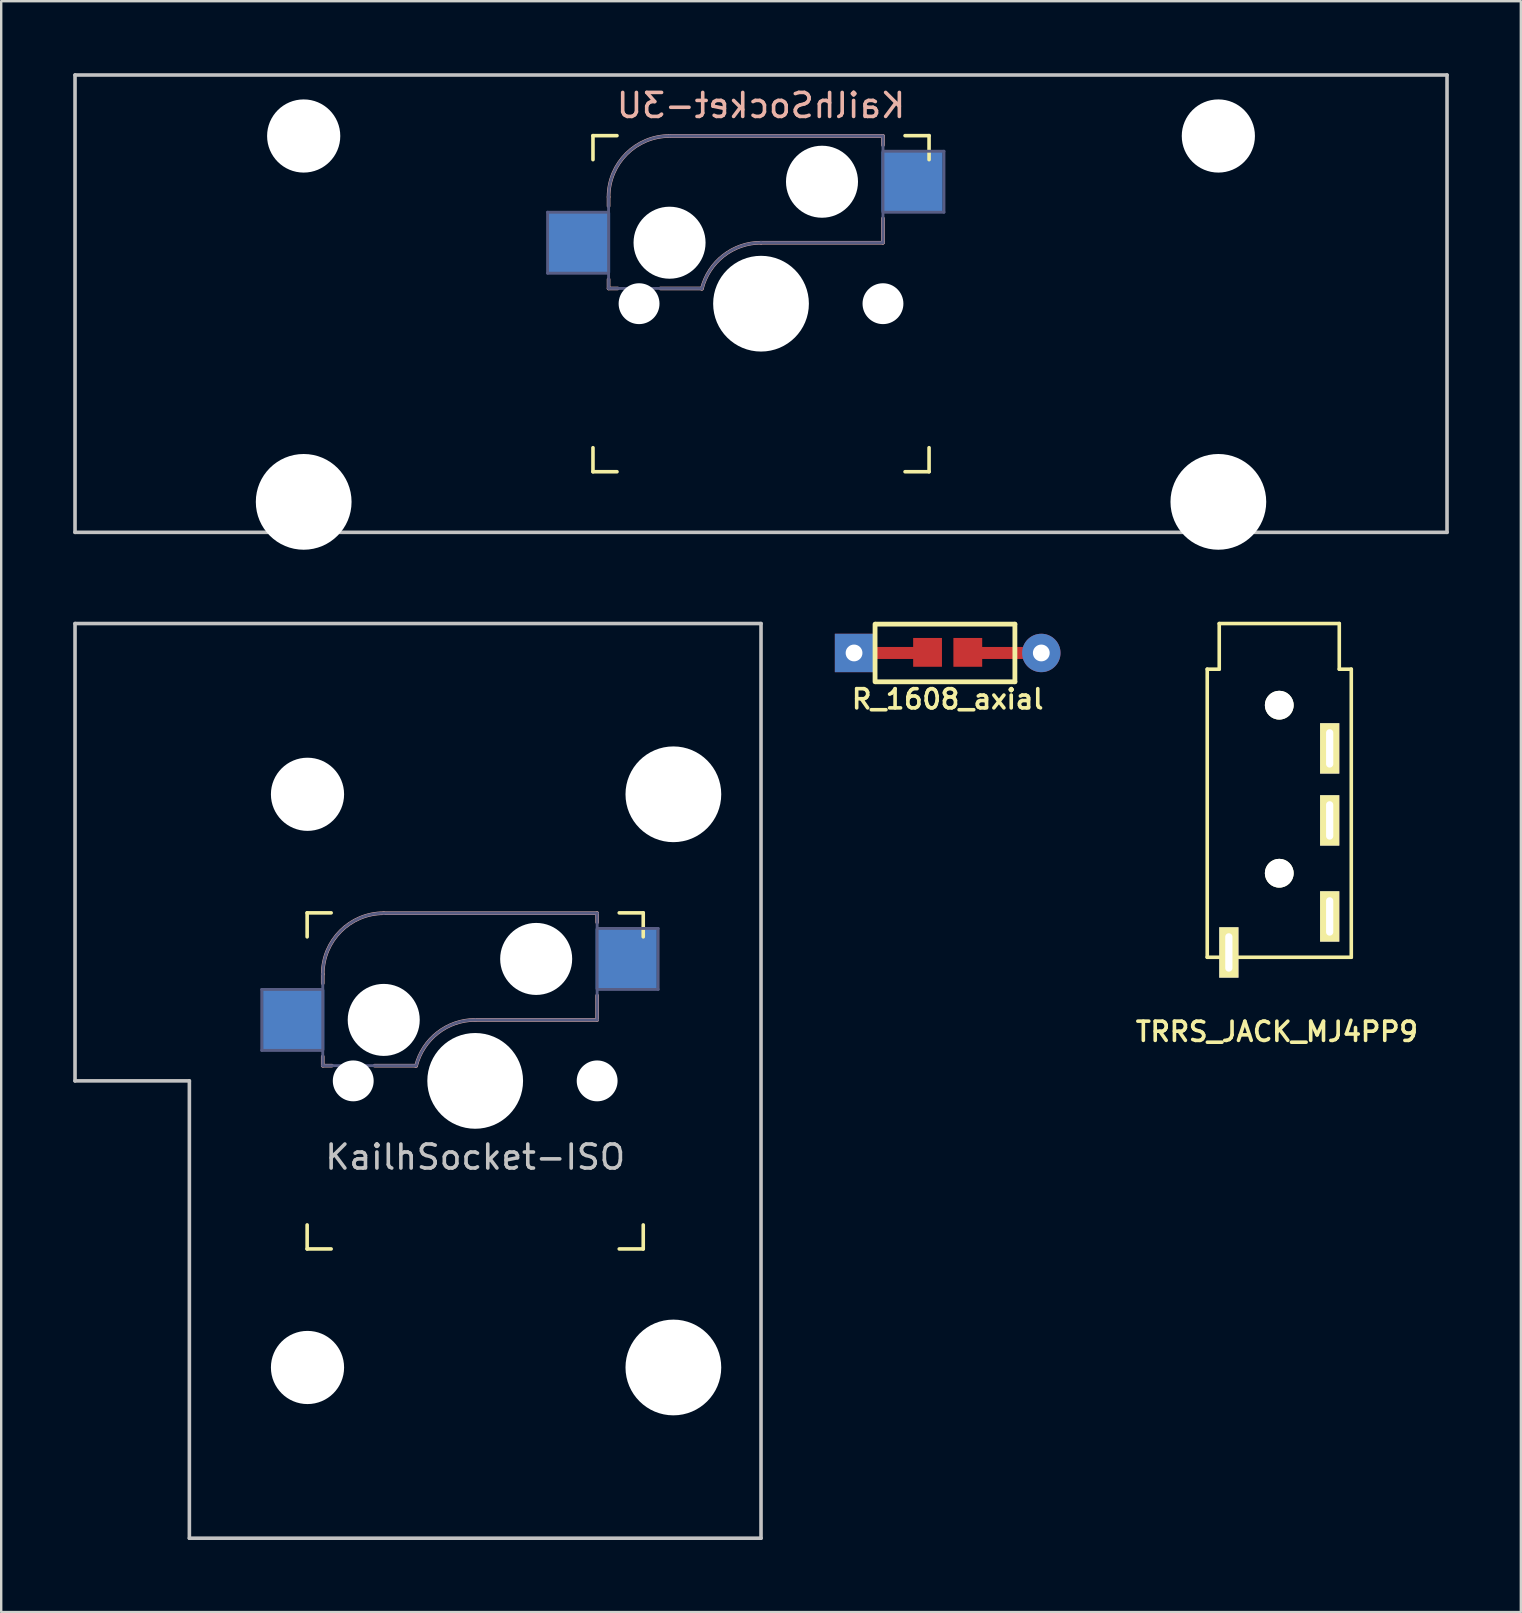
<source format=kicad_pcb>
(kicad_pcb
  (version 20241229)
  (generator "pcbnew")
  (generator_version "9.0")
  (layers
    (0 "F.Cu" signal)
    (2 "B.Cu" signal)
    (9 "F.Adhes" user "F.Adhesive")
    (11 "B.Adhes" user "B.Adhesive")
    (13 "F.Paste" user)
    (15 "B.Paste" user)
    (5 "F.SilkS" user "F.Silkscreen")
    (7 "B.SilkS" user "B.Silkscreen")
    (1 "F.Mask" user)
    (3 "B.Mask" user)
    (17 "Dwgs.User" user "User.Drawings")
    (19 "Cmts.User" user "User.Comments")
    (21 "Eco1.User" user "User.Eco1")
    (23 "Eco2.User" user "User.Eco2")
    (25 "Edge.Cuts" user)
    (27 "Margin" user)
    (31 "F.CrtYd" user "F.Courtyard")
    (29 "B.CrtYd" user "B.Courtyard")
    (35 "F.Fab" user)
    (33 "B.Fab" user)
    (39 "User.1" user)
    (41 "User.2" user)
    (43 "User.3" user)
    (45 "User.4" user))
  (footprint "R_1608_axial"
    (layer "F.Cu")
    (at 36.425 24.149)
    (property "Reference" "R_1608_axial" (at 0 1.925 0) (layer "F.SilkS") (effects (font (size 0.8 0.8) (thickness 0.15))))
    (attr smd)
    (fp_line (start -3.025 1.2) (end -3.025 -1.2) (stroke (width 0.2) (type solid)) (layer "F.SilkS"))
    (fp_line (start -3 -1.2) (end 2.8 -1.2) (stroke (width 0.2) (type solid)) (layer "F.SilkS"))
    (fp_line (start 2.8 -1.2) (end 2.8 1.2) (stroke (width 0.2) (type solid)) (layer "F.SilkS"))
    (fp_line (start 2.8 1.2) (end -3 1.2) (stroke (width 0.2) (type solid)) (layer "F.SilkS"))
    (pad "1" thru_hole rect (at -3.9 0) (size 1.6 1.6) (drill 0.7) (layers "*.Cu" "*.Mask"))
    (pad "1" smd rect (at -2.261 0) (size 2.5 0.5) (layers "F.Cu"))
    (pad "1" smd rect (at -0.838 -0.025) (size 1.2 1.2) (layers "F.Cu" "F.Mask" "F.Paste"))
    (pad "2" smd rect (at 0.838 -0.025) (size 1.2 1.2) (layers "F.Cu" "F.Mask" "F.Paste"))
    (pad "2" smd rect (at 2.286 0) (size 2.5 0.5) (layers "F.Cu"))
    (pad "2" thru_hole circle (at 3.9 0) (size 1.6 1.6) (drill 0.7) (layers "*.Cu" "*.Mask")))
  (footprint "TRRS_JACK_MJ4PP9"
    (layer "F.Cu")
    (at 50.237 24.824)
    (property "Reference" "TRRS_JACK_MJ4PP9" (at -0.1 15.1 0) (layer "F.SilkS") (effects (font (size 0.8 0.8) (thickness 0.15))))
    (attr through_hole)
    (fp_line (start -3 0) (end -2.5 0) (stroke (width 0.15) (type solid)) (layer "F.SilkS"))
    (fp_line (start -3 12) (end -3 0) (stroke (width 0.15) (type solid)) (layer "F.SilkS"))
    (fp_line (start -2.5 -1.9) (end 2.5 -1.9) (stroke (width 0.15) (type solid)) (layer "F.SilkS"))
    (fp_line (start -2.5 0) (end -2.5 -1.9) (stroke (width 0.15) (type solid)) (layer "F.SilkS"))
    (fp_line (start 2.5 0) (end 2.5 -1.9) (stroke (width 0.15) (type solid)) (layer "F.SilkS"))
    (fp_line (start 3 0) (end 2.5 0) (stroke (width 0.15) (type solid)) (layer "F.SilkS"))
    (fp_line (start 3 0) (end 3 12) (stroke (width 0.15) (type solid)) (layer "F.SilkS"))
    (fp_line (start 3 12) (end -3 12) (stroke (width 0.15) (type solid)) (layer "F.SilkS"))
    (pad "" np_thru_hole circle (at 0 1.5) (size 1.2 1.2) (drill 1.2) (layers "*.Cu" "*.Mask" "F.SilkS"))
    (pad "" np_thru_hole circle (at 0 8.5) (size 1.2 1.2) (drill 1.2) (layers "*.Cu" "*.Mask" "F.SilkS"))
    (pad "A" thru_hole rect (at -2.1 11.8) (size 0.8 2.1) (drill oval 0.3 1.6) (layers "*.Cu" "*.Mask" "F.SilkS"))
    (pad "B" thru_hole rect (at 2.1 3.3) (size 0.8 2.1) (drill oval 0.3 1.6) (layers "*.Cu" "*.Mask" "F.SilkS"))
    (pad "C" thru_hole rect (at 2.1 6.3) (size 0.8 2.1) (drill oval 0.3 1.6) (layers "*.Cu" "*.Mask" "F.SilkS"))
    (pad "D" thru_hole rect (at 2.1 10.3) (size 0.8 2.1) (drill oval 0.3 1.6) (layers "*.Cu" "*.Mask" "F.SilkS")))
  (footprint "KailhSocket-3U"
    (layer "F.Cu")
    (at 28.65 9.6)
    (property "Reference" "KailhSocket-3U" (at 0 -8.255 0) (layer "B.SilkS") (effects (font (size 1 1) (thickness 0.15)) (justify mirror)))
    (attr through_hole)
    (fp_line (start -7 -6) (end -7 -7) (stroke (width 0.15) (type solid)) (layer "F.SilkS"))
    (fp_line (start -7 7) (end -7 6) (stroke (width 0.15) (type solid)) (layer "F.SilkS"))
    (fp_line (start -7 7) (end -6 7) (stroke (width 0.15) (type solid)) (layer "F.SilkS"))
    (fp_line (start -6 -7) (end -7 -7) (stroke (width 0.15) (type solid)) (layer "F.SilkS"))
    (fp_line (start 6 7) (end 7 7) (stroke (width 0.15) (type solid)) (layer "F.SilkS"))
    (fp_line (start 7 -7) (end 6 -7) (stroke (width 0.15) (type solid)) (layer "F.SilkS"))
    (fp_line (start 7 -7) (end 7 -6) (stroke (width 0.15) (type solid)) (layer "F.SilkS"))
    (fp_line (start 7 6) (end 7 7) (stroke (width 0.15) (type solid)) (layer "F.SilkS"))
    (fp_line (start -6.35 -4.445) (end -6.35 -4.064) (stroke (width 0.15) (type solid)) (layer "B.SilkS"))
    (fp_line (start -6.35 -1.016) (end -6.35 -0.635) (stroke (width 0.15) (type solid)) (layer "B.SilkS"))
    (fp_line (start -5.969 -0.635) (end -6.35 -0.635) (stroke (width 0.15) (type solid)) (layer "B.SilkS"))
    (fp_line (start -3.81 -6.985) (end 5.08 -6.985) (stroke (width 0.15) (type solid)) (layer "B.SilkS"))
    (fp_line (start -2.464 -0.635) (end -4.191 -0.635) (stroke (width 0.15) (type solid)) (layer "B.SilkS"))
    (fp_line (start 5.08 -6.985) (end 5.08 -6.604) (stroke (width 0.15) (type solid)) (layer "B.SilkS"))
    (fp_line (start 5.08 -3.556) (end 5.08 -2.54) (stroke (width 0.15) (type solid)) (layer "B.SilkS"))
    (fp_line (start 5.08 -2.54) (end 0 -2.54) (stroke (width 0.15) (type solid)) (layer "B.SilkS"))
    (fp_arc (start -6.35 -4.445) (mid -5.606051 -6.241051) (end -3.81 -6.985) (stroke (width 0.15) (type solid)) (layer "B.SilkS"))
    (fp_arc (start -2.464162 -0.61604) (mid -1.563147 -2.002042) (end 0 -2.54) (stroke (width 0.15) (type solid)) (layer "B.SilkS"))
    (fp_line (start -28.575 -9.525) (end 28.575 -9.525) (stroke (width 0.15) (type solid)) (layer "Dwgs.User"))
    (fp_line (start -28.575 9.525) (end -28.575 -9.525) (stroke (width 0.15) (type solid)) (layer "Dwgs.User"))
    (fp_line (start -28.575 9.525) (end 28.575 9.525) (stroke (width 0.15) (type solid)) (layer "Dwgs.User"))
    (fp_line (start 28.575 -9.525) (end 28.575 9.525) (stroke (width 0.15) (type solid)) (layer "Dwgs.User"))
    (fp_line (start -23.255 -2.299) (end -23.255 0.5) (stroke (width 0.12) (type solid)) (layer "Eco1.User"))
    (fp_line (start -23.255 0.5) (end -22.431 0.5) (stroke (width 0.12) (type solid)) (layer "Eco1.User"))
    (fp_line (start -22.431 -5.529) (end -22.431 -2.299) (stroke (width 0.12) (type solid)) (layer "Eco1.User"))
    (fp_line (start -22.431 -2.299) (end -23.255 -2.299) (stroke (width 0.12) (type solid)) (layer "Eco1.User"))
    (fp_line (start -22.431 0.5) (end -22.431 6.77) (stroke (width 0.12) (type solid)) (layer "Eco1.User"))
    (fp_line (start -22.431 6.77) (end -20.706 6.77) (stroke (width 0.12) (type solid)) (layer "Eco1.User"))
    (fp_line (start -20.706 6.77) (end -20.706 7.97) (stroke (width 0.12) (type solid)) (layer "Eco1.User"))
    (fp_line (start -20.706 7.97) (end -17.405 7.97) (stroke (width 0.12) (type solid)) (layer "Eco1.User"))
    (fp_line (start -17.405 6.77) (end -15.68 6.77) (stroke (width 0.12) (type solid)) (layer "Eco1.User"))
    (fp_line (start -17.405 7.97) (end -17.405 6.77) (stroke (width 0.12) (type solid)) (layer "Eco1.User"))
    (fp_line (start -15.68 -5.529) (end -22.431 -5.529) (stroke (width 0.12) (type solid)) (layer "Eco1.User"))
    (fp_line (start -15.68 -2.299) (end -15.68 -5.529) (stroke (width 0.12) (type solid)) (layer "Eco1.User"))
    (fp_line (start -15.68 2.301) (end -7.005 2.301) (stroke (width 0.12) (type solid)) (layer "Eco1.User"))
    (fp_line (start -15.68 6.77) (end -15.68 2.301) (stroke (width 0.12) (type solid)) (layer "Eco1.User"))
    (fp_line (start -7.005 -6.999) (end -7.005 -2.299) (stroke (width 0.12) (type solid)) (layer "Eco1.User"))
    (fp_line (start -7.005 -2.299) (end -15.68 -2.299) (stroke (width 0.12) (type solid)) (layer "Eco1.User"))
    (fp_line (start -7.005 2.301) (end -7.005 7) (stroke (width 0.12) (type solid)) (layer "Eco1.User"))
    (fp_line (start -7.005 7) (end 6.994 7) (stroke (width 0.12) (type solid)) (layer "Eco1.User"))
    (fp_line (start 6.994 -6.999) (end -7.005 -6.999) (stroke (width 0.12) (type solid)) (layer "Eco1.User"))
    (fp_line (start 6.994 -2.299) (end 6.994 -6.999) (stroke (width 0.12) (type solid)) (layer "Eco1.User"))
    (fp_line (start 6.994 2.301) (end 15.669 2.301) (stroke (width 0.12) (type solid)) (layer "Eco1.User"))
    (fp_line (start 6.994 7) (end 6.994 2.301) (stroke (width 0.12) (type solid)) (layer "Eco1.User"))
    (fp_line (start 15.669 -5.529) (end 15.669 -2.299) (stroke (width 0.12) (type solid)) (layer "Eco1.User"))
    (fp_line (start 15.669 -2.299) (end 6.994 -2.299) (stroke (width 0.12) (type solid)) (layer "Eco1.User"))
    (fp_line (start 15.669 2.301) (end 15.669 6.77) (stroke (width 0.12) (type solid)) (layer "Eco1.User"))
    (fp_line (start 15.669 6.77) (end 17.394 6.77) (stroke (width 0.12) (type solid)) (layer "Eco1.User"))
    (fp_line (start 17.394 6.77) (end 17.394 7.97) (stroke (width 0.12) (type solid)) (layer "Eco1.User"))
    (fp_line (start 17.394 7.97) (end 20.695 7.97) (stroke (width 0.12) (type solid)) (layer "Eco1.User"))
    (fp_line (start 20.695 6.77) (end 22.42 6.77) (stroke (width 0.12) (type solid)) (layer "Eco1.User"))
    (fp_line (start 20.695 7.97) (end 20.695 6.77) (stroke (width 0.12) (type solid)) (layer "Eco1.User"))
    (fp_line (start 22.42 -5.529) (end 15.669 -5.529) (stroke (width 0.12) (type solid)) (layer "Eco1.User"))
    (fp_line (start 22.42 -2.299) (end 22.42 -5.529) (stroke (width 0.12) (type solid)) (layer "Eco1.User"))
    (fp_line (start 22.42 0.5) (end 23.244 0.5) (stroke (width 0.12) (type solid)) (layer "Eco1.User"))
    (fp_line (start 22.42 6.77) (end 22.42 0.5) (stroke (width 0.12) (type solid)) (layer "Eco1.User"))
    (fp_line (start 23.244 -2.299) (end 22.42 -2.299) (stroke (width 0.12) (type solid)) (layer "Eco1.User"))
    (fp_line (start 23.244 0.5) (end 23.244 -2.299) (stroke (width 0.12) (type solid)) (layer "Eco1.User"))
    (fp_line (start -8.89 -3.81) (end -6.35 -3.81) (stroke (width 0.12) (type solid)) (layer "B.Fab"))
    (fp_line (start -8.89 -1.27) (end -8.89 -3.81) (stroke (width 0.12) (type solid)) (layer "B.Fab"))
    (fp_line (start -6.35 -1.27) (end -8.89 -1.27) (stroke (width 0.12) (type solid)) (layer "B.Fab"))
    (fp_line (start -6.35 -0.635) (end -6.35 -4.445) (stroke (width 0.12) (type solid)) (layer "B.Fab"))
    (fp_line (start -6.35 -0.635) (end -2.54 -0.635) (stroke (width 0.12) (type solid)) (layer "B.Fab"))
    (fp_line (start -3.81 -6.985) (end 5.08 -6.985) (stroke (width 0.12) (type solid)) (layer "B.Fab"))
    (fp_line (start 5.08 -6.985) (end 5.08 -2.54) (stroke (width 0.12) (type solid)) (layer "B.Fab"))
    (fp_line (start 5.08 -6.35) (end 7.62 -6.35) (stroke (width 0.12) (type solid)) (layer "B.Fab"))
    (fp_line (start 5.08 -2.54) (end 0 -2.54) (stroke (width 0.12) (type solid)) (layer "B.Fab"))
    (fp_line (start 7.62 -6.35) (end 7.62 -3.81) (stroke (width 0.12) (type solid)) (layer "B.Fab"))
    (fp_line (start 7.62 -3.81) (end 5.08 -3.81) (stroke (width 0.12) (type solid)) (layer "B.Fab"))
    (fp_arc (start -6.35 -4.445) (mid -5.606051 -6.241051) (end -3.81 -6.985) (stroke (width 0.12) (type solid)) (layer "B.Fab"))
    (fp_arc (start -2.464162 -0.61604) (mid -1.563147 -2.002042) (end 0 -2.54) (stroke (width 0.12) (type solid)) (layer "B.Fab"))
    (pad "" np_thru_hole circle (at -19.05 -6.985) (size 3.048 3.048) (drill 3.048) (layers "*.Cu" "*.Mask"))
    (pad "" np_thru_hole circle (at -19.05 8.255) (size 3.988 3.988) (drill 3.988) (layers "*.Cu" "*.Mask"))
    (pad "" np_thru_hole circle (at -5.08 0) (size 1.702 1.702) (drill 1.702) (layers "*.Cu" "*.Mask"))
    (pad "" np_thru_hole circle (at -3.81 -2.54) (size 3 3) (drill 3) (layers "*.Cu" "*.Mask"))
    (pad "" np_thru_hole circle (at 0 0) (size 3.988 3.988) (drill 3.988) (layers "*.Cu" "*.Mask"))
    (pad "" np_thru_hole circle (at 2.54 -5.08) (size 3 3) (drill 3) (layers "*.Cu" "*.Mask"))
    (pad "" np_thru_hole circle (at 5.08 0) (size 1.702 1.702) (drill 1.702) (layers "*.Cu" "*.Mask"))
    (pad "" np_thru_hole circle (at 19.05 -6.985) (size 3.048 3.048) (drill 3.048) (layers "*.Cu" "*.Mask"))
    (pad "" np_thru_hole circle (at 19.05 8.255) (size 3.988 3.988) (drill 3.988) (layers "*.Cu" "*.Mask"))
    (pad "1" smd rect (at 6.29 -5.08) (size 2.55 2.5) (layers "B.Cu" "B.Mask" "B.Paste"))
    (pad "2" smd rect (at -7.56 -2.54) (size 2.55 2.5) (layers "B.Cu" "B.Mask" "B.Paste")))
  (footprint "KailhSocket-ISO"
    (layer "F.Cu")
    (at 16.744 41.974)
    (property "Reference" "KailhSocket-ISO" (at 0 3.175 0) (layer "Dwgs.User") (effects (font (size 1 1) (thickness 0.15))))
    (attr through_hole)
    (fp_line (start -7 -6) (end -7 -7) (stroke (width 0.15) (type solid)) (layer "F.SilkS"))
    (fp_line (start -7 7) (end -7 6) (stroke (width 0.15) (type solid)) (layer "F.SilkS"))
    (fp_line (start -7 7) (end -6 7) (stroke (width 0.15) (type solid)) (layer "F.SilkS"))
    (fp_line (start -6 -7) (end -7 -7) (stroke (width 0.15) (type solid)) (layer "F.SilkS"))
    (fp_line (start 6 7) (end 7 7) (stroke (width 0.15) (type solid)) (layer "F.SilkS"))
    (fp_line (start 7 -7) (end 6 -7) (stroke (width 0.15) (type solid)) (layer "F.SilkS"))
    (fp_line (start 7 -7) (end 7 -6) (stroke (width 0.15) (type solid)) (layer "F.SilkS"))
    (fp_line (start 7 6) (end 7 7) (stroke (width 0.15) (type solid)) (layer "F.SilkS"))
    (fp_line (start -6.35 -4.445) (end -6.35 -4.064) (stroke (width 0.15) (type solid)) (layer "B.SilkS"))
    (fp_line (start -6.35 -1.016) (end -6.35 -0.635) (stroke (width 0.15) (type solid)) (layer "B.SilkS"))
    (fp_line (start -5.969 -0.635) (end -6.35 -0.635) (stroke (width 0.15) (type solid)) (layer "B.SilkS"))
    (fp_line (start -3.81 -6.985) (end 5.08 -6.985) (stroke (width 0.15) (type solid)) (layer "B.SilkS"))
    (fp_line (start -2.464 -0.635) (end -4.191 -0.635) (stroke (width 0.15) (type solid)) (layer "B.SilkS"))
    (fp_line (start 5.08 -6.985) (end 5.08 -6.604) (stroke (width 0.15) (type solid)) (layer "B.SilkS"))
    (fp_line (start 5.08 -3.556) (end 5.08 -2.54) (stroke (width 0.15) (type solid)) (layer "B.SilkS"))
    (fp_line (start 5.08 -2.54) (end 0 -2.54) (stroke (width 0.15) (type solid)) (layer "B.SilkS"))
    (fp_arc (start -6.35 -4.445) (mid -5.606051 -6.241051) (end -3.81 -6.985) (stroke (width 0.15) (type solid)) (layer "B.SilkS"))
    (fp_arc (start -2.464162 -0.61604) (mid -1.563147 -2.002042) (end 0 -2.54) (stroke (width 0.15) (type solid)) (layer "B.SilkS"))
    (fp_line (start -16.669 -19.05) (end -16.669 0) (stroke (width 0.15) (type solid)) (layer "Dwgs.User"))
    (fp_line (start -16.669 -19.05) (end 11.906 -19.05) (stroke (width 0.15) (type solid)) (layer "Dwgs.User"))
    (fp_line (start -11.906 0) (end -16.669 0) (stroke (width 0.15) (type solid)) (layer "Dwgs.User"))
    (fp_line (start -11.906 19.05) (end -11.906 0) (stroke (width 0.15) (type solid)) (layer "Dwgs.User"))
    (fp_line (start -11.906 19.05) (end 11.906 19.05) (stroke (width 0.15) (type solid)) (layer "Dwgs.User"))
    (fp_line (start 11.906 -19.05) (end 11.906 19.05) (stroke (width 0.15) (type solid)) (layer "Dwgs.User"))
    (fp_line (start -8.89 -3.81) (end -6.35 -3.81) (stroke (width 0.12) (type solid)) (layer "B.Fab"))
    (fp_line (start -8.89 -1.27) (end -8.89 -3.81) (stroke (width 0.12) (type solid)) (layer "B.Fab"))
    (fp_line (start -6.35 -1.27) (end -8.89 -1.27) (stroke (width 0.12) (type solid)) (layer "B.Fab"))
    (fp_line (start -6.35 -0.635) (end -6.35 -4.445) (stroke (width 0.12) (type solid)) (layer "B.Fab"))
    (fp_line (start -6.35 -0.635) (end -2.54 -0.635) (stroke (width 0.12) (type solid)) (layer "B.Fab"))
    (fp_line (start -3.81 -6.985) (end 5.08 -6.985) (stroke (width 0.12) (type solid)) (layer "B.Fab"))
    (fp_line (start 5.08 -6.985) (end 5.08 -2.54) (stroke (width 0.12) (type solid)) (layer "B.Fab"))
    (fp_line (start 5.08 -6.35) (end 7.62 -6.35) (stroke (width 0.12) (type solid)) (layer "B.Fab"))
    (fp_line (start 5.08 -2.54) (end 0 -2.54) (stroke (width 0.12) (type solid)) (layer "B.Fab"))
    (fp_line (start 7.62 -6.35) (end 7.62 -3.81) (stroke (width 0.12) (type solid)) (layer "B.Fab"))
    (fp_line (start 7.62 -3.81) (end 5.08 -3.81) (stroke (width 0.12) (type solid)) (layer "B.Fab"))
    (fp_arc (start -6.35 -4.445) (mid -5.606051 -6.241051) (end -3.81 -6.985) (stroke (width 0.12) (type solid)) (layer "B.Fab"))
    (fp_arc (start -2.464162 -0.61604) (mid -1.563147 -2.002042) (end 0 -2.54) (stroke (width 0.12) (type solid)) (layer "B.Fab"))
    (pad "" np_thru_hole circle (at -6.985 -11.938) (size 3.048 3.048) (drill 3.048) (layers "*.Cu" "*.Mask"))
    (pad "" np_thru_hole circle (at -6.985 11.938) (size 3.048 3.048) (drill 3.048) (layers "*.Cu" "*.Mask"))
    (pad "" np_thru_hole circle (at -5.08 0) (size 1.702 1.702) (drill 1.702) (layers "*.Cu" "*.Mask"))
    (pad "" np_thru_hole circle (at -3.81 -2.54) (size 3 3) (drill 3) (layers "*.Cu" "*.Mask"))
    (pad "" np_thru_hole circle (at 0 0) (size 3.988 3.988) (drill 3.988) (layers "*.Cu" "*.Mask"))
    (pad "" np_thru_hole circle (at 2.54 -5.08) (size 3 3) (drill 3) (layers "*.Cu" "*.Mask"))
    (pad "" np_thru_hole circle (at 5.08 0) (size 1.702 1.702) (drill 1.702) (layers "*.Cu" "*.Mask"))
    (pad "" np_thru_hole circle (at 8.255 -11.938) (size 3.988 3.988) (drill 3.988) (layers "*.Cu" "*.Mask"))
    (pad "" np_thru_hole circle (at 8.255 11.938) (size 3.988 3.988) (drill 3.988) (layers "*.Cu" "*.Mask"))
    (pad "1" smd rect (at 6.29 -5.08) (size 2.55 2.5) (layers "B.Cu" "B.Mask" "B.Paste"))
    (pad "2" smd rect (at -7.56 -2.54) (size 2.55 2.5) (layers "B.Cu" "B.Mask" "B.Paste")))
  (gr_rect
    (start -3 -3)
    (end 60.3 64.099)
    (stroke (width 0.1) (type default))
    (fill no)
    (layer "Edge.Cuts")))
</source>
